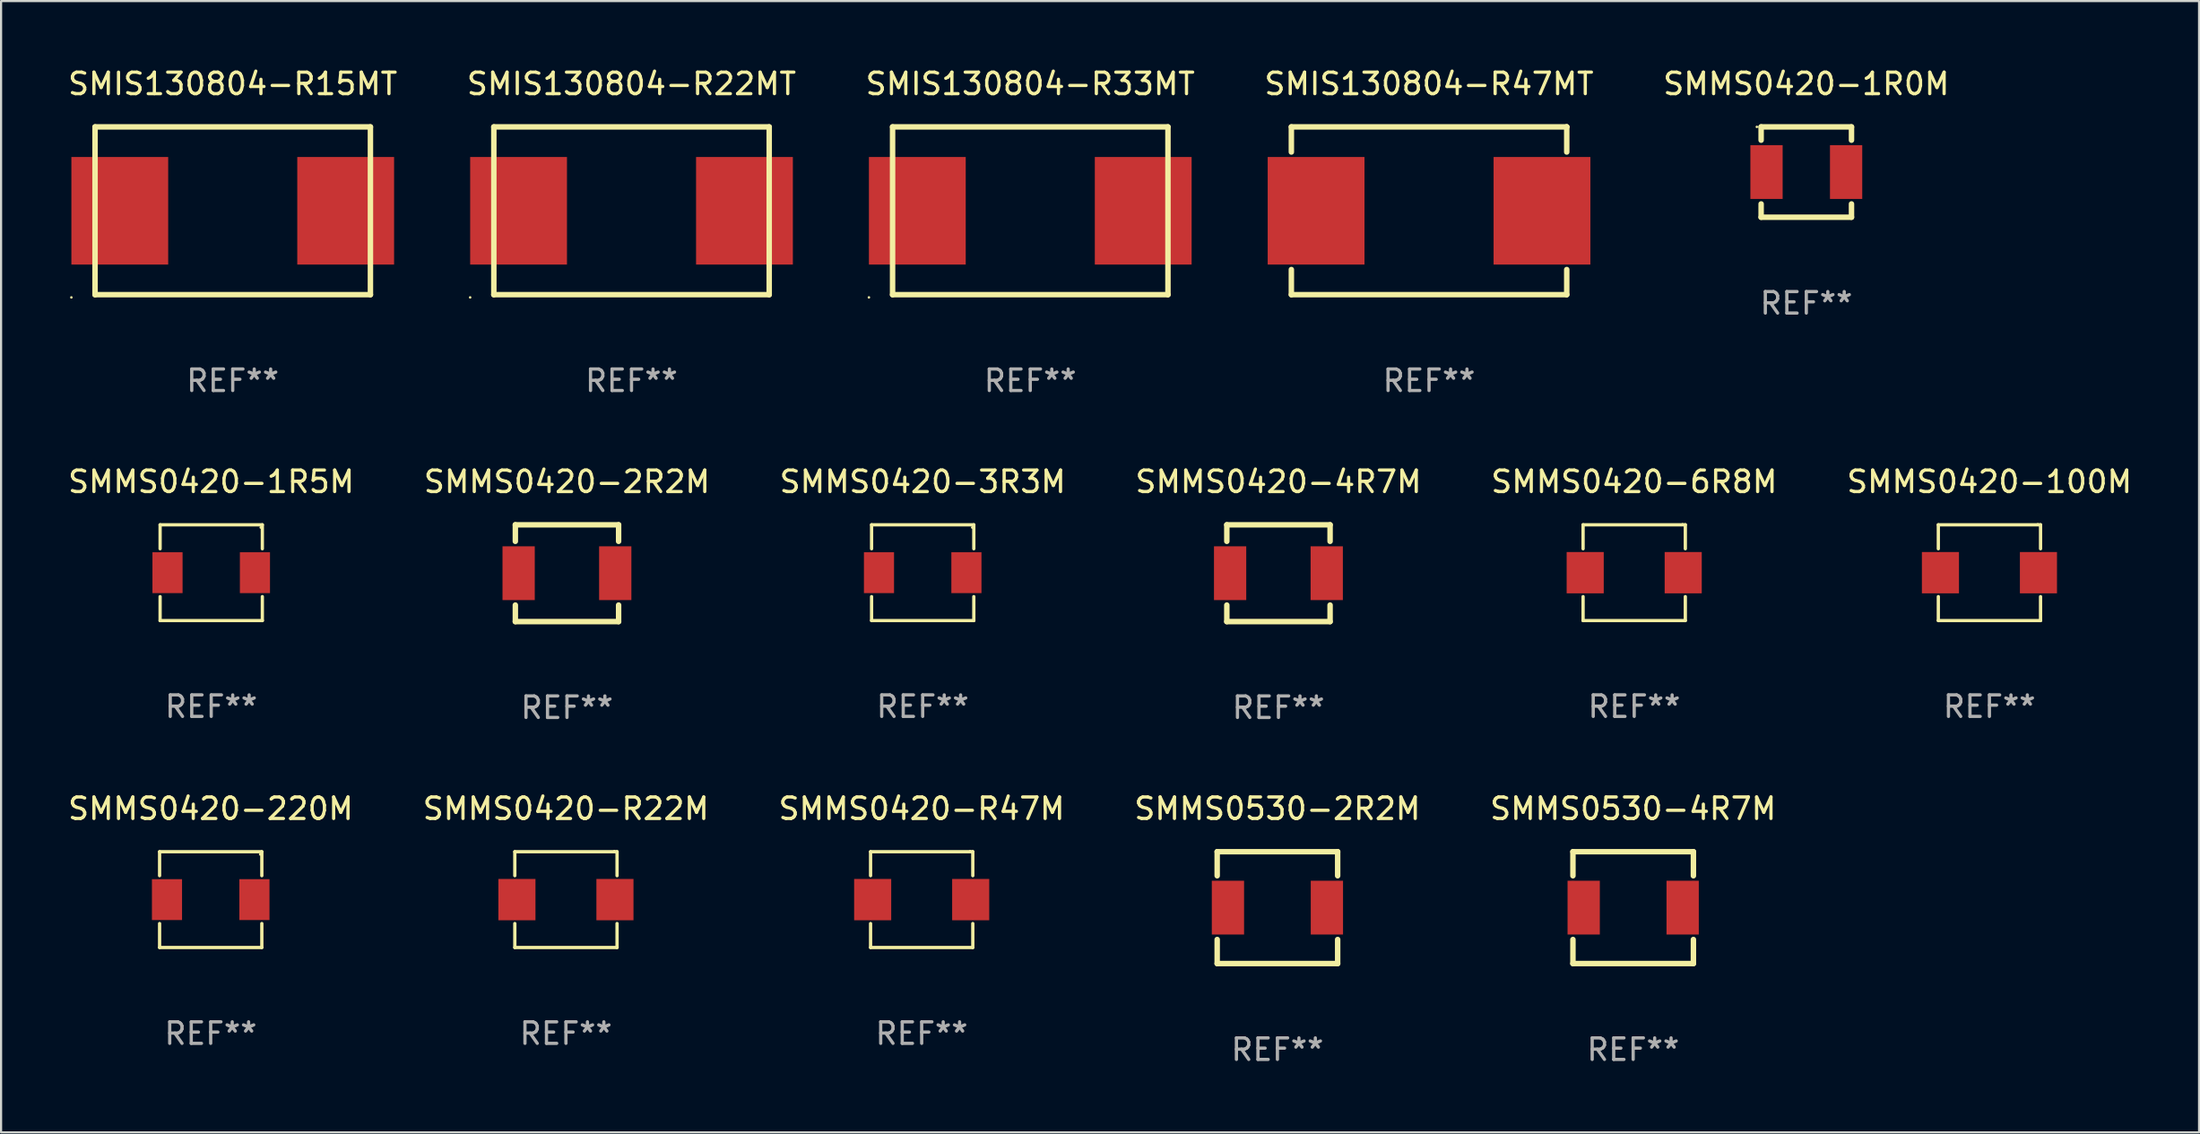
<source format=kicad_pcb>
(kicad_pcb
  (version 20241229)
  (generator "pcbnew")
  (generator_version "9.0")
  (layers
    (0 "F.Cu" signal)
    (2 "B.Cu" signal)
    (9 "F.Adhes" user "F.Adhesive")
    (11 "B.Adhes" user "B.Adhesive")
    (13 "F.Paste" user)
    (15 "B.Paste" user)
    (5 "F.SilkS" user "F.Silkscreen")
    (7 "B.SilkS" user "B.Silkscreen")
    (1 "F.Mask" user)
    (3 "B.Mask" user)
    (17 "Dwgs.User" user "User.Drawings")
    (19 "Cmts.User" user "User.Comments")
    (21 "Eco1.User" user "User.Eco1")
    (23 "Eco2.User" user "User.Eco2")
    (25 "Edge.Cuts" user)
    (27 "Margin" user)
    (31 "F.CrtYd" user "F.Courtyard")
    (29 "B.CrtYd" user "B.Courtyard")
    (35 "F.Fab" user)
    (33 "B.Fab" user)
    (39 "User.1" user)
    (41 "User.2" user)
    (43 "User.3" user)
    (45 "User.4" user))
  (footprint "SMMS0420-6R8M"
    (layer "F.Cu")
    (at 72.911 23.571)
    (property "Reference" "SMMS0420-6R8M" (at 0 -4.226 0) (layer "F.SilkS") (effects (font (size 1 1) (thickness 0.15))))
    (attr through_hole)
    (fp_line (start -2.376 -2.226) (end 2.376 -2.226) (stroke (width 0.152) (type solid)) (layer "F.SilkS"))
    (fp_line (start -2.376 -1.112) (end -2.376 -2.226) (stroke (width 0.152) (type solid)) (layer "F.SilkS"))
    (fp_line (start -2.376 1.112) (end -2.376 2.226) (stroke (width 0.152) (type solid)) (layer "F.SilkS"))
    (fp_line (start -2.376 2.226) (end 2.376 2.226) (stroke (width 0.152) (type solid)) (layer "F.SilkS"))
    (fp_line (start 2.376 -2.226) (end 2.376 -1.112) (stroke (width 0.152) (type solid)) (layer "F.SilkS"))
    (fp_line (start 2.376 2.226) (end 2.376 1.112) (stroke (width 0.152) (type solid)) (layer "F.SilkS"))
    (fp_circle (center 2.25 -2.25) (end 2.28 -2.25) (stroke (width 0.06) (type solid)) (fill no) (layer "F.SilkS"))
    (fp_text user "REF**" (at 0 6.226 0) (layer "F.Fab") (effects (font (size 1 1) (thickness 0.15))))
    (pad "1" smd rect (at 2.278 0) (size 1.724 1.92) (layers "F.Cu" "F.Mask" "F.Paste"))
    (pad "2" smd rect (at -2.278 0) (size 1.724 1.92) (layers "F.Cu" "F.Mask" "F.Paste")))
  (footprint "SMMS0420-100M"
    (layer "F.Cu")
    (at 89.423 23.571)
    (property "Reference" "SMMS0420-100M" (at 0 -4.226 0) (layer "F.SilkS") (effects (font (size 1 1) (thickness 0.15))))
    (attr through_hole)
    (fp_line (start -2.376 -2.226) (end 2.376 -2.226) (stroke (width 0.152) (type solid)) (layer "F.SilkS"))
    (fp_line (start -2.376 -1.112) (end -2.376 -2.226) (stroke (width 0.152) (type solid)) (layer "F.SilkS"))
    (fp_line (start -2.376 1.112) (end -2.376 2.226) (stroke (width 0.152) (type solid)) (layer "F.SilkS"))
    (fp_line (start -2.376 2.226) (end 2.376 2.226) (stroke (width 0.152) (type solid)) (layer "F.SilkS"))
    (fp_line (start 2.376 -2.226) (end 2.376 -1.112) (stroke (width 0.152) (type solid)) (layer "F.SilkS"))
    (fp_line (start 2.376 2.226) (end 2.376 1.112) (stroke (width 0.152) (type solid)) (layer "F.SilkS"))
    (fp_circle (center 2.25 -2.25) (end 2.28 -2.25) (stroke (width 0.06) (type solid)) (fill no) (layer "F.SilkS"))
    (fp_text user "REF**" (at 0 6.226 0) (layer "F.Fab") (effects (font (size 1 1) (thickness 0.15))))
    (pad "1" smd rect (at 2.278 0) (size 1.724 1.92) (layers "F.Cu" "F.Mask" "F.Paste"))
    (pad "2" smd rect (at -2.278 0) (size 1.724 1.92) (layers "F.Cu" "F.Mask" "F.Paste")))
  (footprint "SMMS0420-1R5M"
    (layer "F.Cu")
    (at 6.768 23.571)
    (property "Reference" "SMMS0420-1R5M" (at 0 -4.226 0) (layer "F.SilkS") (effects (font (size 1 1) (thickness 0.15))))
    (attr through_hole)
    (fp_line (start -2.376 -2.226) (end 2.376 -2.226) (stroke (width 0.152) (type solid)) (layer "F.SilkS"))
    (fp_line (start -2.376 -1.112) (end -2.376 -2.226) (stroke (width 0.152) (type solid)) (layer "F.SilkS"))
    (fp_line (start -2.376 1.112) (end -2.376 2.226) (stroke (width 0.152) (type solid)) (layer "F.SilkS"))
    (fp_line (start -2.376 2.226) (end 2.376 2.226) (stroke (width 0.152) (type solid)) (layer "F.SilkS"))
    (fp_line (start 2.376 -2.226) (end 2.376 -1.112) (stroke (width 0.152) (type solid)) (layer "F.SilkS"))
    (fp_line (start 2.376 2.226) (end 2.376 1.112) (stroke (width 0.152) (type solid)) (layer "F.SilkS"))
    (fp_circle (center 2.3 -2.1) (end 2.33 -2.1) (stroke (width 0.06) (type solid)) (fill no) (layer "F.SilkS"))
    (fp_text user "REF**" (at 0 6.226 0) (layer "F.Fab") (effects (font (size 1 1) (thickness 0.15))))
    (pad "1" smd rect (at 2.032 0) (size 1.4 1.9) (layers "F.Cu" "F.Mask" "F.Paste"))
    (pad "2" smd rect (at -2.032 0) (size 1.4 1.9) (layers "F.Cu" "F.Mask" "F.Paste")))
  (footprint "SMIS130804-R47MT"
    (layer "F.Cu")
    (at 63.375 6.748)
    (property "Reference" "SMIS130804-R47MT" (at 0 -5.9 0) (layer "F.SilkS") (effects (font (size 1 1) (thickness 0.15))))
    (attr through_hole)
    (fp_line (start -6.4 -3.9) (end -6.4 -2.731) (stroke (width 0.254) (type solid)) (layer "F.SilkS"))
    (fp_line (start -6.4 2.731) (end -6.4 3.9) (stroke (width 0.254) (type solid)) (layer "F.SilkS"))
    (fp_line (start -6.4 3.9) (end 6.4 3.9) (stroke (width 0.254) (type solid)) (layer "F.SilkS"))
    (fp_line (start 6.4 -3.9) (end -6.4 -3.9) (stroke (width 0.254) (type solid)) (layer "F.SilkS"))
    (fp_line (start 6.4 -3.9) (end 6.4 -3.9) (stroke (width 0.254) (type solid)) (layer "F.SilkS"))
    (fp_line (start 6.4 -3.9) (end 6.4 -2.731) (stroke (width 0.254) (type solid)) (layer "F.SilkS"))
    (fp_line (start 6.4 2.731) (end 6.4 3.9) (stroke (width 0.254) (type solid)) (layer "F.SilkS"))
    (fp_circle (center -6.4 3.9) (end -6.37 3.9) (stroke (width 0.06) (type solid)) (fill no) (layer "F.SilkS"))
    (fp_text user "REF**" (at 0 7.9 0) (layer "F.Fab") (effects (font (size 1 1) (thickness 0.15))))
    (pad "1" smd rect (at -5.25 0.000025) (size 4.5 5) (layers "F.Cu" "F.Mask" "F.Paste"))
    (pad "2" smd rect (at 5.25 0.000025) (size 4.5 5) (layers "F.Cu" "F.Mask" "F.Paste")))
  (footprint "SMMS0420-R47M"
    (layer "F.Cu")
    (at 39.792 38.768)
    (property "Reference" "SMMS0420-R47M" (at 0 -4.226 0) (layer "F.SilkS") (effects (font (size 1 1) (thickness 0.15))))
    (attr through_hole)
    (fp_line (start -2.376 -2.226) (end 2.376 -2.226) (stroke (width 0.152) (type solid)) (layer "F.SilkS"))
    (fp_line (start -2.376 -1.112) (end -2.376 -2.226) (stroke (width 0.152) (type solid)) (layer "F.SilkS"))
    (fp_line (start -2.376 1.112) (end -2.376 2.226) (stroke (width 0.152) (type solid)) (layer "F.SilkS"))
    (fp_line (start -2.376 2.226) (end 2.376 2.226) (stroke (width 0.152) (type solid)) (layer "F.SilkS"))
    (fp_line (start 2.376 -2.226) (end 2.376 -1.112) (stroke (width 0.152) (type solid)) (layer "F.SilkS"))
    (fp_line (start 2.376 2.226) (end 2.376 1.112) (stroke (width 0.152) (type solid)) (layer "F.SilkS"))
    (fp_circle (center 2.25 -2.25) (end 2.28 -2.25) (stroke (width 0.06) (type solid)) (fill no) (layer "F.SilkS"))
    (fp_text user "REF**" (at 0 6.226 0) (layer "F.Fab") (effects (font (size 1 1) (thickness 0.15))))
    (pad "1" smd rect (at 2.278 0) (size 1.724 1.92) (layers "F.Cu" "F.Mask" "F.Paste"))
    (pad "2" smd rect (at -2.278 0) (size 1.724 1.92) (layers "F.Cu" "F.Mask" "F.Paste")))
  (footprint "SMMS0420-R22M"
    (layer "F.Cu")
    (at 23.256 38.768)
    (property "Reference" "SMMS0420-R22M" (at 0 -4.226 0) (layer "F.SilkS") (effects (font (size 1 1) (thickness 0.15))))
    (attr through_hole)
    (fp_line (start -2.376 -2.226) (end 2.376 -2.226) (stroke (width 0.152) (type solid)) (layer "F.SilkS"))
    (fp_line (start -2.376 -1.112) (end -2.376 -2.226) (stroke (width 0.152) (type solid)) (layer "F.SilkS"))
    (fp_line (start -2.376 1.112) (end -2.376 2.226) (stroke (width 0.152) (type solid)) (layer "F.SilkS"))
    (fp_line (start -2.376 2.226) (end 2.376 2.226) (stroke (width 0.152) (type solid)) (layer "F.SilkS"))
    (fp_line (start 2.376 -2.226) (end 2.376 -1.112) (stroke (width 0.152) (type solid)) (layer "F.SilkS"))
    (fp_line (start 2.376 2.226) (end 2.376 1.112) (stroke (width 0.152) (type solid)) (layer "F.SilkS"))
    (fp_circle (center 2.25 -2.25) (end 2.28 -2.25) (stroke (width 0.06) (type solid)) (fill no) (layer "F.SilkS"))
    (fp_text user "REF**" (at 0 6.226 0) (layer "F.Fab") (effects (font (size 1 1) (thickness 0.15))))
    (pad "1" smd rect (at 2.278 0) (size 1.724 1.92) (layers "F.Cu" "F.Mask" "F.Paste"))
    (pad "2" smd rect (at -2.278 0) (size 1.724 1.92) (layers "F.Cu" "F.Mask" "F.Paste")))
  (footprint "SMMS0420-3R3M"
    (layer "F.Cu")
    (at 39.839 23.571)
    (property "Reference" "SMMS0420-3R3M" (at 0 -4.226 0) (layer "F.SilkS") (effects (font (size 1 1) (thickness 0.15))))
    (attr through_hole)
    (fp_line (start -2.376 -2.226) (end 2.376 -2.226) (stroke (width 0.152) (type solid)) (layer "F.SilkS"))
    (fp_line (start -2.376 -1.112) (end -2.376 -2.226) (stroke (width 0.152) (type solid)) (layer "F.SilkS"))
    (fp_line (start -2.376 1.112) (end -2.376 2.226) (stroke (width 0.152) (type solid)) (layer "F.SilkS"))
    (fp_line (start -2.376 2.226) (end 2.376 2.226) (stroke (width 0.152) (type solid)) (layer "F.SilkS"))
    (fp_line (start 2.376 -2.226) (end 2.376 -1.112) (stroke (width 0.152) (type solid)) (layer "F.SilkS"))
    (fp_line (start 2.376 2.226) (end 2.376 1.112) (stroke (width 0.152) (type solid)) (layer "F.SilkS"))
    (fp_circle (center 2.3 -2.1) (end 2.33 -2.1) (stroke (width 0.06) (type solid)) (fill no) (layer "F.SilkS"))
    (fp_text user "REF**" (at 0 6.226 0) (layer "F.Fab") (effects (font (size 1 1) (thickness 0.15))))
    (pad "1" smd rect (at 2.032 0) (size 1.4 1.9) (layers "F.Cu" "F.Mask" "F.Paste"))
    (pad "2" smd rect (at -2.032 0) (size 1.4 1.9) (layers "F.Cu" "F.Mask" "F.Paste")))
  (footprint "SMIS130804-R15MT"
    (layer "F.Cu")
    (at 7.768 6.748)
    (property "Reference" "SMIS130804-R15MT" (at 0 -5.9 0) (layer "F.SilkS") (effects (font (size 1 1) (thickness 0.15))))
    (attr through_hole)
    (fp_line (start -6.4 -3.9) (end -6.4 3.9) (stroke (width 0.254) (type solid)) (layer "F.SilkS"))
    (fp_line (start -6.4 3.9) (end 6.4 3.9) (stroke (width 0.254) (type solid)) (layer "F.SilkS"))
    (fp_line (start 6.4 -3.9) (end -6.4 -3.9) (stroke (width 0.254) (type solid)) (layer "F.SilkS"))
    (fp_line (start 6.4 3.9) (end 6.4 -3.9) (stroke (width 0.254) (type solid)) (layer "F.SilkS"))
    (fp_circle (center -7.5 4.027) (end -7.47 4.027) (stroke (width 0.06) (type solid)) (fill no) (layer "F.SilkS"))
    (fp_text user "REF**" (at 0 7.9 0) (layer "F.Fab") (effects (font (size 1 1) (thickness 0.15))))
    (pad "1" smd rect (at -5.25 0.000025) (size 4.5 5) (layers "F.Cu" "F.Mask" "F.Paste"))
    (pad "2" smd rect (at 5.25 0.000025) (size 4.5 5) (layers "F.Cu" "F.Mask" "F.Paste")))
  (footprint "SMIS130804-R22MT"
    (layer "F.Cu")
    (at 26.304 6.748)
    (property "Reference" "SMIS130804-R22MT" (at 0 -5.9 0) (layer "F.SilkS") (effects (font (size 1 1) (thickness 0.15))))
    (attr through_hole)
    (fp_line (start -6.4 -3.9) (end -6.4 3.9) (stroke (width 0.254) (type solid)) (layer "F.SilkS"))
    (fp_line (start -6.4 3.9) (end 6.4 3.9) (stroke (width 0.254) (type solid)) (layer "F.SilkS"))
    (fp_line (start 6.4 -3.9) (end -6.4 -3.9) (stroke (width 0.254) (type solid)) (layer "F.SilkS"))
    (fp_line (start 6.4 3.9) (end 6.4 -3.9) (stroke (width 0.254) (type solid)) (layer "F.SilkS"))
    (fp_circle (center -7.5 4.027) (end -7.47 4.027) (stroke (width 0.06) (type solid)) (fill no) (layer "F.SilkS"))
    (fp_text user "REF**" (at 0 7.9 0) (layer "F.Fab") (effects (font (size 1 1) (thickness 0.15))))
    (pad "1" smd rect (at -5.25 0.000025) (size 4.5 5) (layers "F.Cu" "F.Mask" "F.Paste"))
    (pad "2" smd rect (at 5.25 0.000025) (size 4.5 5) (layers "F.Cu" "F.Mask" "F.Paste")))
  (footprint "SMMS0420-4R7M"
    (layer "F.Cu")
    (at 56.375 23.595)
    (property "Reference" "SMMS0420-4R7M" (at 0 -4.25 0) (layer "F.SilkS") (effects (font (size 1 1) (thickness 0.15))))
    (attr through_hole)
    (fp_line (start -2.4 -2.25) (end 2.4 -2.25) (stroke (width 0.254) (type solid)) (layer "F.SilkS"))
    (fp_line (start -2.4 -1.481) (end -2.4 -2.25) (stroke (width 0.254) (type solid)) (layer "F.SilkS"))
    (fp_line (start -2.4 2.25) (end -2.4 1.481) (stroke (width 0.254) (type solid)) (layer "F.SilkS"))
    (fp_line (start 2.4 -2.25) (end 2.4 -1.481) (stroke (width 0.254) (type solid)) (layer "F.SilkS"))
    (fp_line (start 2.4 1.481) (end 2.4 2.25) (stroke (width 0.254) (type solid)) (layer "F.SilkS"))
    (fp_line (start 2.4 2.25) (end -2.4 2.25) (stroke (width 0.254) (type solid)) (layer "F.SilkS"))
    (fp_circle (center -2.375 2.25) (end -2.345 2.25) (stroke (width 0.06) (type solid)) (fill no) (layer "F.SilkS"))
    (fp_text user "REF**" (at 0 6.25 0) (layer "F.Fab") (effects (font (size 1 1) (thickness 0.15))))
    (pad "1" smd rect (at -2.247 0) (size 1.5 2.5) (layers "F.Cu" "F.Mask" "F.Paste"))
    (pad "2" smd rect (at 2.244 0) (size 1.5 2.5) (layers "F.Cu" "F.Mask" "F.Paste")))
  (footprint "SMMS0420-2R2M"
    (layer "F.Cu")
    (at 23.304 23.595)
    (property "Reference" "SMMS0420-2R2M" (at 0 -4.25 0) (layer "F.SilkS") (effects (font (size 1 1) (thickness 0.15))))
    (attr through_hole)
    (fp_line (start -2.4 -2.25) (end 2.4 -2.25) (stroke (width 0.254) (type solid)) (layer "F.SilkS"))
    (fp_line (start -2.4 -1.481) (end -2.4 -2.25) (stroke (width 0.254) (type solid)) (layer "F.SilkS"))
    (fp_line (start -2.4 2.25) (end -2.4 1.481) (stroke (width 0.254) (type solid)) (layer "F.SilkS"))
    (fp_line (start 2.4 -2.25) (end 2.4 -1.481) (stroke (width 0.254) (type solid)) (layer "F.SilkS"))
    (fp_line (start 2.4 1.481) (end 2.4 2.25) (stroke (width 0.254) (type solid)) (layer "F.SilkS"))
    (fp_line (start 2.4 2.25) (end -2.4 2.25) (stroke (width 0.254) (type solid)) (layer "F.SilkS"))
    (fp_circle (center -2.375 2.25) (end -2.345 2.25) (stroke (width 0.06) (type solid)) (fill no) (layer "F.SilkS"))
    (fp_text user "REF**" (at 0 6.25 0) (layer "F.Fab") (effects (font (size 1 1) (thickness 0.15))))
    (pad "1" smd rect (at -2.247 0) (size 1.5 2.5) (layers "F.Cu" "F.Mask" "F.Paste"))
    (pad "2" smd rect (at 2.244 0) (size 1.5 2.5) (layers "F.Cu" "F.Mask" "F.Paste")))
  (footprint "SMMS0420-220M"
    (layer "F.Cu")
    (at 6.744 38.768)
    (property "Reference" "SMMS0420-220M" (at 0 -4.226 0) (layer "F.SilkS") (effects (font (size 1 1) (thickness 0.15))))
    (attr through_hole)
    (fp_line (start -2.376 -2.226) (end 2.376 -2.226) (stroke (width 0.152) (type solid)) (layer "F.SilkS"))
    (fp_line (start -2.376 -1.112) (end -2.376 -2.226) (stroke (width 0.152) (type solid)) (layer "F.SilkS"))
    (fp_line (start -2.376 1.112) (end -2.376 2.226) (stroke (width 0.152) (type solid)) (layer "F.SilkS"))
    (fp_line (start -2.376 2.226) (end 2.376 2.226) (stroke (width 0.152) (type solid)) (layer "F.SilkS"))
    (fp_line (start 2.376 -2.226) (end 2.376 -1.112) (stroke (width 0.152) (type solid)) (layer "F.SilkS"))
    (fp_line (start 2.376 2.226) (end 2.376 1.112) (stroke (width 0.152) (type solid)) (layer "F.SilkS"))
    (fp_circle (center 2.3 -2.1) (end 2.33 -2.1) (stroke (width 0.06) (type solid)) (fill no) (layer "F.SilkS"))
    (fp_text user "REF**" (at 0 6.226 0) (layer "F.Fab") (effects (font (size 1 1) (thickness 0.15))))
    (pad "1" smd rect (at 2.032 0) (size 1.4 1.9) (layers "F.Cu" "F.Mask" "F.Paste"))
    (pad "2" smd rect (at -2.032 0) (size 1.4 1.9) (layers "F.Cu" "F.Mask" "F.Paste")))
  (footprint "SMMS0530-4R7M"
    (layer "F.Cu")
    (at 72.863 39.141)
    (property "Reference" "SMMS0530-4R7M" (at 0 -4.6 0) (layer "F.SilkS") (effects (font (size 1 1) (thickness 0.15))))
    (attr through_hole)
    (fp_line (start -2.8 -2.6) (end -2.8 -1.481) (stroke (width 0.254) (type solid)) (layer "F.SilkS"))
    (fp_line (start -2.8 -2.6) (end 2.8 -2.6) (stroke (width 0.254) (type solid)) (layer "F.SilkS"))
    (fp_line (start -2.8 1.481) (end -2.8 2.6) (stroke (width 0.254) (type solid)) (layer "F.SilkS"))
    (fp_line (start 2.8 -2.6) (end 2.8 -1.481) (stroke (width 0.254) (type solid)) (layer "F.SilkS"))
    (fp_line (start 2.8 1.481) (end 2.8 2.6) (stroke (width 0.254) (type solid)) (layer "F.SilkS"))
    (fp_line (start 2.8 2.6) (end -2.8 2.6) (stroke (width 0.254) (type solid)) (layer "F.SilkS"))
    (fp_circle (center -2.75 2.6) (end -2.72 2.6) (stroke (width 0.06) (type solid)) (fill no) (layer "F.SilkS"))
    (fp_text user "REF**" (at 0 6.6 0) (layer "F.Fab") (effects (font (size 1 1) (thickness 0.15))))
    (pad "1" smd rect (at -2.3 0 90) (size 2.5 1.5) (layers "F.Cu" "F.Mask" "F.Paste"))
    (pad "2" smd rect (at 2.3 0 90) (size 2.5 1.5) (layers "F.Cu" "F.Mask" "F.Paste")))
  (footprint "SMMS0530-2R2M"
    (layer "F.Cu")
    (at 56.327 39.141)
    (property "Reference" "SMMS0530-2R2M" (at 0 -4.6 0) (layer "F.SilkS") (effects (font (size 1 1) (thickness 0.15))))
    (attr through_hole)
    (fp_line (start -2.8 -2.6) (end -2.8 -1.481) (stroke (width 0.254) (type solid)) (layer "F.SilkS"))
    (fp_line (start -2.8 -2.6) (end 2.8 -2.6) (stroke (width 0.254) (type solid)) (layer "F.SilkS"))
    (fp_line (start -2.8 1.481) (end -2.8 2.6) (stroke (width 0.254) (type solid)) (layer "F.SilkS"))
    (fp_line (start 2.8 -2.6) (end 2.8 -1.481) (stroke (width 0.254) (type solid)) (layer "F.SilkS"))
    (fp_line (start 2.8 1.481) (end 2.8 2.6) (stroke (width 0.254) (type solid)) (layer "F.SilkS"))
    (fp_line (start 2.8 2.6) (end -2.8 2.6) (stroke (width 0.254) (type solid)) (layer "F.SilkS"))
    (fp_circle (center -2.75 2.6) (end -2.72 2.6) (stroke (width 0.06) (type solid)) (fill no) (layer "F.SilkS"))
    (fp_text user "REF**" (at 0 6.6 0) (layer "F.Fab") (effects (font (size 1 1) (thickness 0.15))))
    (pad "1" smd rect (at -2.3 0 90) (size 2.5 1.5) (layers "F.Cu" "F.Mask" "F.Paste"))
    (pad "2" smd rect (at 2.3 0 90) (size 2.5 1.5) (layers "F.Cu" "F.Mask" "F.Paste")))
  (footprint "SMMS0420-1R0M"
    (layer "F.Cu")
    (at 80.911 4.948)
    (property "Reference" "SMMS0420-1R0M" (at 0 -4.1 0) (layer "F.SilkS") (effects (font (size 1 1) (thickness 0.15))))
    (attr through_hole)
    (fp_line (start -2.1 2.1) (end 2.1 2.1) (stroke (width 0.254) (type solid)) (layer "F.SilkS"))
    (fp_line (start -2.1 -2.1) (end -2.1 -1.481) (stroke (width 0.254) (type solid)) (layer "F.SilkS"))
    (fp_line (start -2.1 -2.1) (end 2.1 -2.1) (stroke (width 0.254) (type solid)) (layer "F.SilkS"))
    (fp_line (start -2.1 1.481) (end -2.1 2.1) (stroke (width 0.254) (type solid)) (layer "F.SilkS"))
    (fp_line (start 2.1 -2.1) (end 2.1 -1.481) (stroke (width 0.254) (type solid)) (layer "F.SilkS"))
    (fp_line (start 2.1 1.481) (end 2.1 2.1) (stroke (width 0.254) (type solid)) (layer "F.SilkS"))
    (fp_circle (center -2.3 -2.1) (end -2.27 -2.1) (stroke (width 0.06) (type solid)) (fill no) (layer "F.SilkS"))
    (fp_text user "REF**" (at 0 6.1 0) (layer "F.Fab") (effects (font (size 1 1) (thickness 0.15))))
    (pad "1" smd rect (at -1.85 -0.000089) (size 1.5 2.5) (layers "F.Cu" "F.Mask" "F.Paste"))
    (pad "2" smd rect (at 1.85 -0.000089) (size 1.5 2.5) (layers "F.Cu" "F.Mask" "F.Paste")))
  (footprint "SMIS130804-R33MT"
    (layer "F.Cu")
    (at 44.839 6.748)
    (property "Reference" "SMIS130804-R33MT" (at 0 -5.9 0) (layer "F.SilkS") (effects (font (size 1 1) (thickness 0.15))))
    (attr through_hole)
    (fp_line (start -6.4 -3.9) (end -6.4 3.9) (stroke (width 0.254) (type solid)) (layer "F.SilkS"))
    (fp_line (start -6.4 3.9) (end 6.4 3.9) (stroke (width 0.254) (type solid)) (layer "F.SilkS"))
    (fp_line (start 6.4 -3.9) (end -6.4 -3.9) (stroke (width 0.254) (type solid)) (layer "F.SilkS"))
    (fp_line (start 6.4 3.9) (end 6.4 -3.9) (stroke (width 0.254) (type solid)) (layer "F.SilkS"))
    (fp_circle (center -7.5 4.027) (end -7.47 4.027) (stroke (width 0.06) (type solid)) (fill no) (layer "F.SilkS"))
    (fp_text user "REF**" (at 0 7.9 0) (layer "F.Fab") (effects (font (size 1 1) (thickness 0.15))))
    (pad "1" smd rect (at -5.25 0.000025) (size 4.5 5) (layers "F.Cu" "F.Mask" "F.Paste"))
    (pad "2" smd rect (at 5.25 0.000025) (size 4.5 5) (layers "F.Cu" "F.Mask" "F.Paste")))
  (gr_rect
    (start -3 -3)
    (end 99.167 49.59)
    (stroke (width 0.1) (type default))
    (fill no)
    (layer "Edge.Cuts")))
</source>
